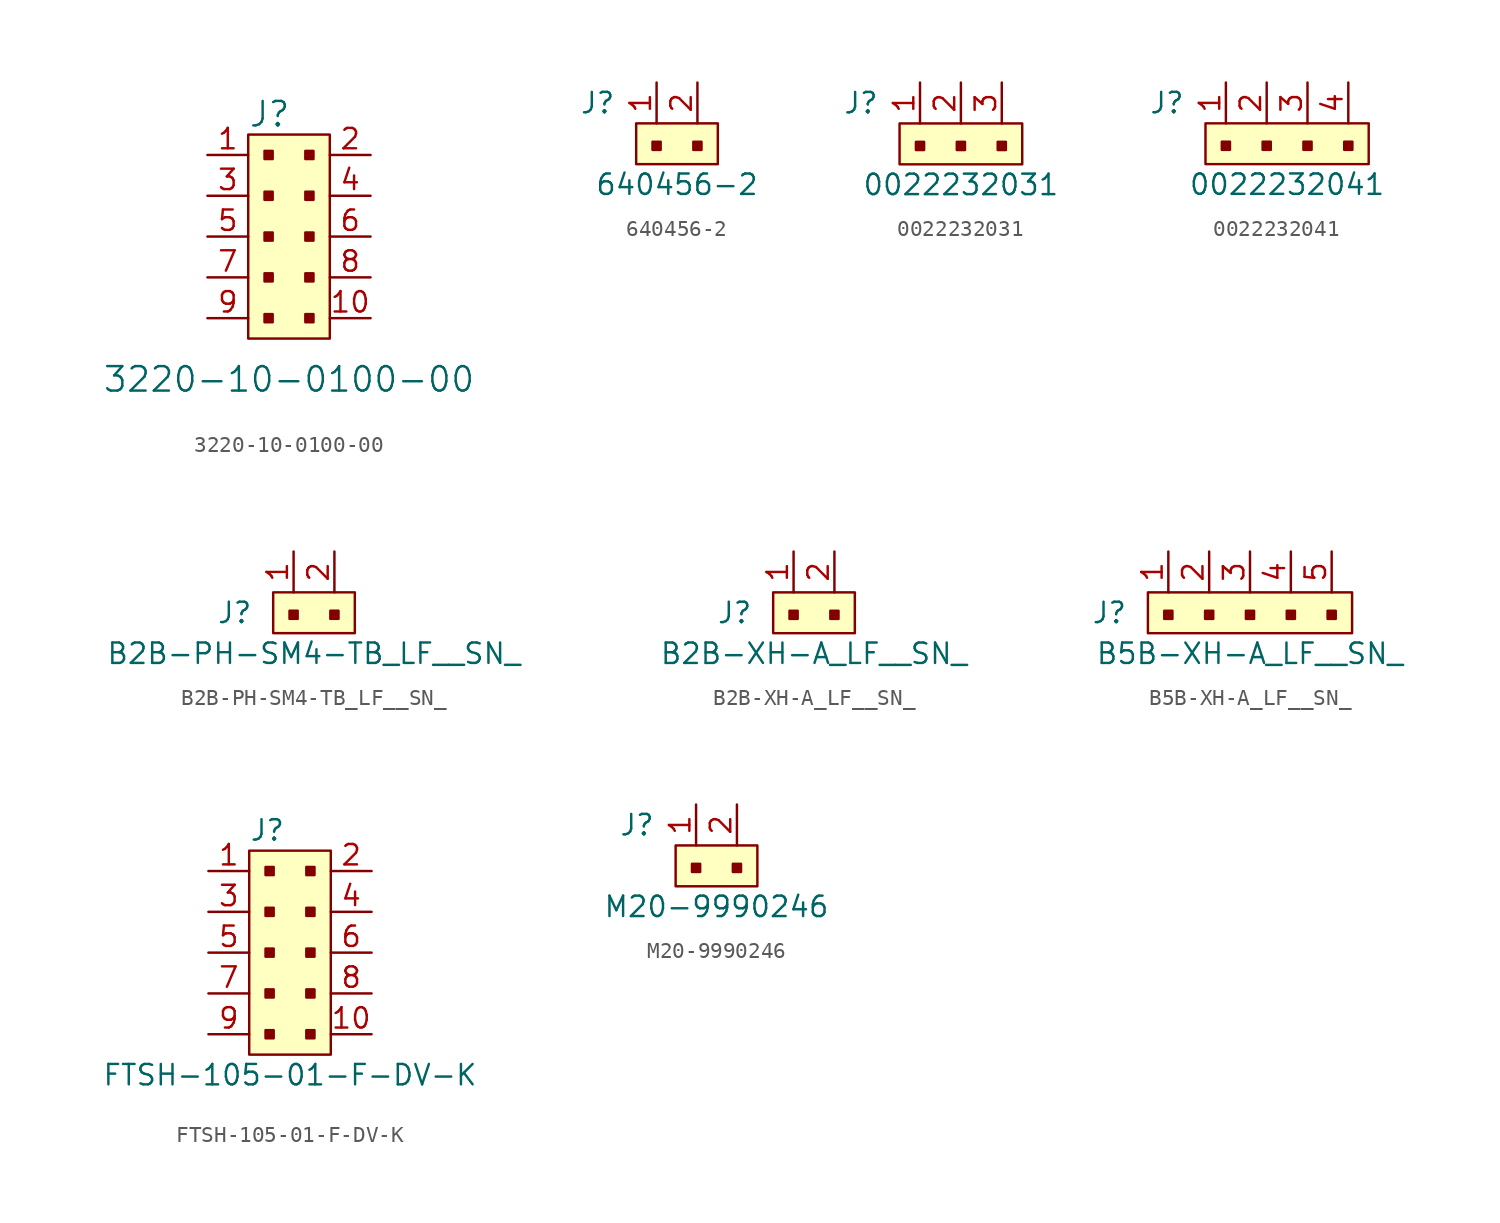
<source format=kicad_sym>
(kicad_symbol_lib
  (version 20231120)
  (generator "kicad_symbol_editor")
  (generator_version "8.0")
  (symbol "3220-10-0100-00"
    (pin_names
      (offset 1.016))
    (property "Reference" "J"
      (at -2.54 7.62 0)
      (effects (font (size 1.524 1.524)) (justify left)))
    (property "Value" "3220-10-0100-00"
      (at 0 -8.89 0)
      (effects (font (size 1.524 1.524))))
    (symbol "3220-10-0100-00_0_1"
      (rectangle (start -2.54 6.35) (end 2.54 -6.35) (stroke (width 0) (type solid)) (fill (type background)))
      (rectangle (start -1.524 -4.826) (end -1.016 -5.334) (stroke (width 0) (type solid)) (fill (type outline)))
      (rectangle (start -1.524 -2.286) (end -1.016 -2.794) (stroke (width 0) (type solid)) (fill (type outline)))
      (rectangle (start -1.524 0.254) (end -1.016 -0.254) (stroke (width 0) (type solid)) (fill (type outline)))
      (rectangle (start -1.524 2.794) (end -1.016 2.286) (stroke (width 0) (type solid)) (fill (type outline)))
      (rectangle (start -1.524 5.334) (end -1.016 4.826) (stroke (width 0) (type solid)) (fill (type outline)))
      (rectangle (start 1.016 -4.826) (end 1.524 -5.334) (stroke (width 0) (type solid)) (fill (type outline)))
      (rectangle (start 1.016 -2.286) (end 1.524 -2.794) (stroke (width 0) (type solid)) (fill (type outline)))
      (rectangle (start 1.016 0.254) (end 1.524 -0.254) (stroke (width 0) (type solid)) (fill (type outline)))
      (rectangle (start 1.016 2.794) (end 1.524 2.286) (stroke (width 0) (type solid)) (fill (type outline)))
      (rectangle (start 1.016 5.334) (end 1.524 4.826) (stroke (width 0) (type solid)) (fill (type outline))))
    (symbol "3220-10-0100-00_1_1"
      (pin passive line (at -5.08 5.08 0) (length 2.54) (name "~" (effects (font (size 1.27 1.27)))) (number "1" (effects (font (size 1.27 1.27)))))
      (pin passive line (at 5.08 -5.08 180) (length 2.54) (name "~" (effects (font (size 1.27 1.27)))) (number "10" (effects (font (size 1.27 1.27)))))
      (pin passive line (at 5.08 5.08 180) (length 2.54) (name "~" (effects (font (size 1.27 1.27)))) (number "2" (effects (font (size 1.27 1.27)))))
      (pin passive line (at -5.08 2.54 0) (length 2.54) (name "~" (effects (font (size 1.27 1.27)))) (number "3" (effects (font (size 1.27 1.27)))))
      (pin passive line (at 5.08 2.54 180) (length 2.54) (name "~" (effects (font (size 1.27 1.27)))) (number "4" (effects (font (size 1.27 1.27)))))
      (pin passive line (at -5.08 0 0) (length 2.54) (name "~" (effects (font (size 1.27 1.27)))) (number "5" (effects (font (size 1.27 1.27)))))
      (pin passive line (at 5.08 0 180) (length 2.54) (name "~" (effects (font (size 1.27 1.27)))) (number "6" (effects (font (size 1.27 1.27)))))
      (pin passive line (at -5.08 -2.54 0) (length 2.54) (name "~" (effects (font (size 1.27 1.27)))) (number "7" (effects (font (size 1.27 1.27)))))
      (pin passive line (at 5.08 -2.54 180) (length 2.54) (name "~" (effects (font (size 1.27 1.27)))) (number "8" (effects (font (size 1.27 1.27)))))
      (pin passive line (at -5.08 -5.08 0) (length 2.54) (name "~" (effects (font (size 1.27 1.27)))) (number "9" (effects (font (size 1.27 1.27)))))))
  (symbol "640456-2"
    (pin_names
      (offset 1.016))
    (property "Reference" "J"
      (at -2.54 1.27 0)
      (effects (font (size 1.27 1.27)) (justify right)))
    (property "Value" "640456-2"
      (at 1.27 -3.81 0)
      (effects (font (size 1.27 1.27))))
    (symbol "640456-2_1_1"
      (rectangle (start -1.27 0) (end 3.81 -2.54) (stroke (width 0) (type solid)) (fill (type background)))
      (rectangle (start -0.254 -1.143) (end 0.254 -1.651) (stroke (width 0) (type solid)) (fill (type outline)))
      (rectangle (start 2.286 -1.143) (end 2.794 -1.651) (stroke (width 0) (type solid)) (fill (type outline)))
      (pin passive line (at 0 2.54 270) (length 2.54) (name "~" (effects (font (size 1.27 1.27)))) (number "1" (effects (font (size 1.27 1.27)))))
      (pin passive line (at 2.54 2.54 270) (length 2.54) (name "~" (effects (font (size 1.27 1.27)))) (number "2" (effects (font (size 1.27 1.27)))))))
  (symbol "0022232031"
    (pin_names
      (offset 1.016))
    (property "Reference" "J"
      (at -2.54 1.27 0)
      (effects (font (size 1.27 1.27)) (justify right)))
    (property "Value" "0022232031"
      (at 2.54 -3.81 0)
      (effects (font (size 1.27 1.27))))
    (symbol "0022232031_1_1"
      (rectangle (start -1.27 0) (end 6.35 -2.54) (stroke (width 0) (type solid)) (fill (type background)))
      (rectangle (start -0.254 -1.143) (end 0.254 -1.651) (stroke (width 0) (type solid)) (fill (type outline)))
      (rectangle (start 2.286 -1.143) (end 2.794 -1.651) (stroke (width 0) (type solid)) (fill (type outline)))
      (rectangle (start 4.826 -1.143) (end 5.334 -1.651) (stroke (width 0) (type solid)) (fill (type outline)))
      (pin passive line (at 0 2.54 270) (length 2.54) (name "~" (effects (font (size 1.27 1.27)))) (number "1" (effects (font (size 1.27 1.27)))))
      (pin passive line (at 2.54 2.54 270) (length 2.54) (name "~" (effects (font (size 1.27 1.27)))) (number "2" (effects (font (size 1.27 1.27)))))
      (pin passive line (at 5.08 2.54 270) (length 2.54) (name "~" (effects (font (size 1.27 1.27)))) (number "3" (effects (font (size 1.27 1.27)))))))
  (symbol "0022232041"
    (pin_names
      (offset 1.016))
    (property "Reference" "J"
      (at -2.54 1.27 0)
      (effects (font (size 1.27 1.27)) (justify right)))
    (property "Value" "0022232041"
      (at 3.81 -3.81 0)
      (effects (font (size 1.27 1.27))))
    (symbol "0022232041_1_1"
      (rectangle (start -1.27 0) (end 8.89 -2.54) (stroke (width 0) (type solid)) (fill (type background)))
      (rectangle (start -0.254 -1.143) (end 0.254 -1.651) (stroke (width 0) (type solid)) (fill (type outline)))
      (rectangle (start 2.286 -1.143) (end 2.794 -1.651) (stroke (width 0) (type solid)) (fill (type outline)))
      (rectangle (start 4.826 -1.143) (end 5.334 -1.651) (stroke (width 0) (type solid)) (fill (type outline)))
      (rectangle (start 7.366 -1.143) (end 7.874 -1.651) (stroke (width 0) (type solid)) (fill (type outline)))
      (pin passive line (at 0 2.54 270) (length 2.54) (name "~" (effects (font (size 1.27 1.27)))) (number "1" (effects (font (size 1.27 1.27)))))
      (pin passive line (at 2.54 2.54 270) (length 2.54) (name "~" (effects (font (size 1.27 1.27)))) (number "2" (effects (font (size 1.27 1.27)))))
      (pin passive line (at 5.08 2.54 270) (length 2.54) (name "~" (effects (font (size 1.27 1.27)))) (number "3" (effects (font (size 1.27 1.27)))))
      (pin passive line (at 7.62 2.54 270) (length 2.54) (name "~" (effects (font (size 1.27 1.27)))) (number "4" (effects (font (size 1.27 1.27)))))))
  (symbol "B2B-PH-SM4-TB_LF__SN_"
    (pin_names
      (offset 1.016))
    (property "Reference" "J"
      (at -2.54 -1.27 0)
      (effects (font (size 1.27 1.27)) (justify right)))
    (property "Value" "B2B-PH-SM4-TB_LF__SN_"
      (at 1.27 -3.81 0)
      (effects (font (size 1.27 1.27))))
    (symbol "B2B-PH-SM4-TB_LF__SN__1_1"
      (rectangle (start -1.27 0) (end 3.81 -2.54) (stroke (width 0) (type solid)) (fill (type background)))
      (rectangle (start -0.254 -1.143) (end 0.254 -1.651) (stroke (width 0) (type solid)) (fill (type outline)))
      (rectangle (start 2.286 -1.143) (end 2.794 -1.651) (stroke (width 0) (type solid)) (fill (type outline)))
      (pin passive line (at 0 2.54 270) (length 2.54) (name "~" (effects (font (size 1.27 1.27)))) (number "1" (effects (font (size 1.27 1.27)))))
      (pin passive line (at 2.54 2.54 270) (length 2.54) (name "~" (effects (font (size 1.27 1.27)))) (number "2" (effects (font (size 1.27 1.27)))))))
  (symbol "B2B-XH-A_LF__SN_"
    (pin_names
      (offset 1.016))
    (property "Reference" "J"
      (at -2.54 -1.27 0)
      (effects (font (size 1.27 1.27)) (justify right)))
    (property "Value" "B2B-XH-A_LF__SN_"
      (at 1.27 -3.81 0)
      (effects (font (size 1.27 1.27))))
    (symbol "B2B-XH-A_LF__SN__1_1"
      (rectangle (start -1.27 0) (end 3.81 -2.54) (stroke (width 0) (type solid)) (fill (type background)))
      (rectangle (start -0.254 -1.143) (end 0.254 -1.651) (stroke (width 0) (type solid)) (fill (type outline)))
      (rectangle (start 2.286 -1.143) (end 2.794 -1.651) (stroke (width 0) (type solid)) (fill (type outline)))
      (pin passive line (at 0 2.54 270) (length 2.54) (name "~" (effects (font (size 1.27 1.27)))) (number "1" (effects (font (size 1.27 1.27)))))
      (pin passive line (at 2.54 2.54 270) (length 2.54) (name "~" (effects (font (size 1.27 1.27)))) (number "2" (effects (font (size 1.27 1.27)))))))
  (symbol "B5B-XH-A_LF__SN_"
    (pin_names
      (offset 1.016))
    (property "Reference" "J"
      (at -2.54 -1.27 0)
      (effects (font (size 1.27 1.27)) (justify right)))
    (property "Value" "B5B-XH-A_LF__SN_"
      (at 5.08 -3.81 0)
      (effects (font (size 1.27 1.27))))
    (symbol "B5B-XH-A_LF__SN__1_1"
      (rectangle (start -1.27 0) (end 11.43 -2.54) (stroke (width 0) (type solid)) (fill (type background)))
      (rectangle (start -0.254 -1.143) (end 0.254 -1.651) (stroke (width 0) (type solid)) (fill (type outline)))
      (rectangle (start 2.286 -1.143) (end 2.794 -1.651) (stroke (width 0) (type solid)) (fill (type outline)))
      (rectangle (start 4.826 -1.143) (end 5.334 -1.651) (stroke (width 0) (type solid)) (fill (type outline)))
      (rectangle (start 7.366 -1.143) (end 7.874 -1.651) (stroke (width 0) (type solid)) (fill (type outline)))
      (rectangle (start 9.906 -1.143) (end 10.414 -1.651) (stroke (width 0) (type solid)) (fill (type outline)))
      (pin passive line (at 0 2.54 270) (length 2.54) (name "~" (effects (font (size 1.27 1.27)))) (number "1" (effects (font (size 1.27 1.27)))))
      (pin passive line (at 2.54 2.54 270) (length 2.54) (name "~" (effects (font (size 1.27 1.27)))) (number "2" (effects (font (size 1.27 1.27)))))
      (pin passive line (at 5.08 2.54 270) (length 2.54) (name "~" (effects (font (size 1.27 1.27)))) (number "3" (effects (font (size 1.27 1.27)))))
      (pin passive line (at 7.62 2.54 270) (length 2.54) (name "~" (effects (font (size 1.27 1.27)))) (number "4" (effects (font (size 1.27 1.27)))))
      (pin passive line (at 10.16 2.54 270) (length 2.54) (name "~" (effects (font (size 1.27 1.27)))) (number "5" (effects (font (size 1.27 1.27)))))))
  (symbol "FTSH-105-01-F-DV-K"
    (pin_names
      (offset 1.016) hide)
    (property "Reference" "J"
      (at -2.54 7.62 0)
      (effects (font (size 1.27 1.27)) (justify left)))
    (property "Value" "FTSH-105-01-F-DV-K"
      (at 0 -7.62 0)
      (effects (font (size 1.27 1.27))))
    (symbol "FTSH-105-01-F-DV-K_1_1"
      (rectangle (start -2.54 6.35) (end 2.54 -6.35) (stroke (width 0) (type solid)) (fill (type background)))
      (rectangle (start -1.524 -4.826) (end -1.016 -5.334) (stroke (width 0) (type solid)) (fill (type outline)))
      (rectangle (start -1.524 -2.286) (end -1.016 -2.794) (stroke (width 0) (type solid)) (fill (type outline)))
      (rectangle (start -1.524 0.254) (end -1.016 -0.254) (stroke (width 0) (type solid)) (fill (type outline)))
      (rectangle (start -1.524 2.794) (end -1.016 2.286) (stroke (width 0) (type solid)) (fill (type outline)))
      (rectangle (start -1.524 5.334) (end -1.016 4.826) (stroke (width 0) (type solid)) (fill (type outline)))
      (rectangle (start 1.016 -4.826) (end 1.524 -5.334) (stroke (width 0) (type solid)) (fill (type outline)))
      (rectangle (start 1.016 -2.286) (end 1.524 -2.794) (stroke (width 0) (type solid)) (fill (type outline)))
      (rectangle (start 1.016 0.254) (end 1.524 -0.254) (stroke (width 0) (type solid)) (fill (type outline)))
      (rectangle (start 1.016 2.794) (end 1.524 2.286) (stroke (width 0) (type solid)) (fill (type outline)))
      (rectangle (start 1.016 5.334) (end 1.524 4.826) (stroke (width 0) (type solid)) (fill (type outline)))
      (pin passive line (at -5.08 5.08 0) (length 2.54) (name "~" (effects (font (size 1.27 1.27)))) (number "1" (effects (font (size 1.27 1.27)))))
      (pin passive line (at 5.08 -5.08 180) (length 2.54) (name "~" (effects (font (size 1.27 1.27)))) (number "10" (effects (font (size 1.27 1.27)))))
      (pin passive line (at 5.08 5.08 180) (length 2.54) (name "~" (effects (font (size 1.27 1.27)))) (number "2" (effects (font (size 1.27 1.27)))))
      (pin passive line (at -5.08 2.54 0) (length 2.54) (name "~" (effects (font (size 1.27 1.27)))) (number "3" (effects (font (size 1.27 1.27)))))
      (pin passive line (at 5.08 2.54 180) (length 2.54) (name "~" (effects (font (size 1.27 1.27)))) (number "4" (effects (font (size 1.27 1.27)))))
      (pin passive line (at -5.08 0 0) (length 2.54) (name "~" (effects (font (size 1.27 1.27)))) (number "5" (effects (font (size 1.27 1.27)))))
      (pin passive line (at 5.08 0 180) (length 2.54) (name "~" (effects (font (size 1.27 1.27)))) (number "6" (effects (font (size 1.27 1.27)))))
      (pin passive line (at -5.08 -2.54 0) (length 2.54) (name "~" (effects (font (size 1.27 1.27)))) (number "7" (effects (font (size 1.27 1.27)))))
      (pin passive line (at 5.08 -2.54 180) (length 2.54) (name "~" (effects (font (size 1.27 1.27)))) (number "8" (effects (font (size 1.27 1.27)))))
      (pin passive line (at -5.08 -5.08 0) (length 2.54) (name "~" (effects (font (size 1.27 1.27)))) (number "9" (effects (font (size 1.27 1.27)))))))
  (symbol "M20-9990246"
    (pin_names
      (offset 1.016))
    (property "Reference" "J"
      (at -2.54 1.27 0)
      (effects (font (size 1.27 1.27)) (justify right)))
    (property "Value" "M20-9990246"
      (at 1.27 -3.81 0)
      (effects (font (size 1.27 1.27))))
    (symbol "M20-9990246_1_1"
      (rectangle (start -1.27 0) (end 3.81 -2.54) (stroke (width 0) (type solid)) (fill (type background)))
      (rectangle (start -0.254 -1.143) (end 0.254 -1.651) (stroke (width 0) (type solid)) (fill (type outline)))
      (rectangle (start 2.286 -1.143) (end 2.794 -1.651) (stroke (width 0) (type solid)) (fill (type outline)))
      (pin passive line (at 0 2.54 270) (length 2.54) (name "~" (effects (font (size 1.27 1.27)))) (number "1" (effects (font (size 1.27 1.27)))))
      (pin passive line (at 2.54 2.54 270) (length 2.54) (name "~" (effects (font (size 1.27 1.27)))) (number "2" (effects (font (size 1.27 1.27))))))))
</source>
